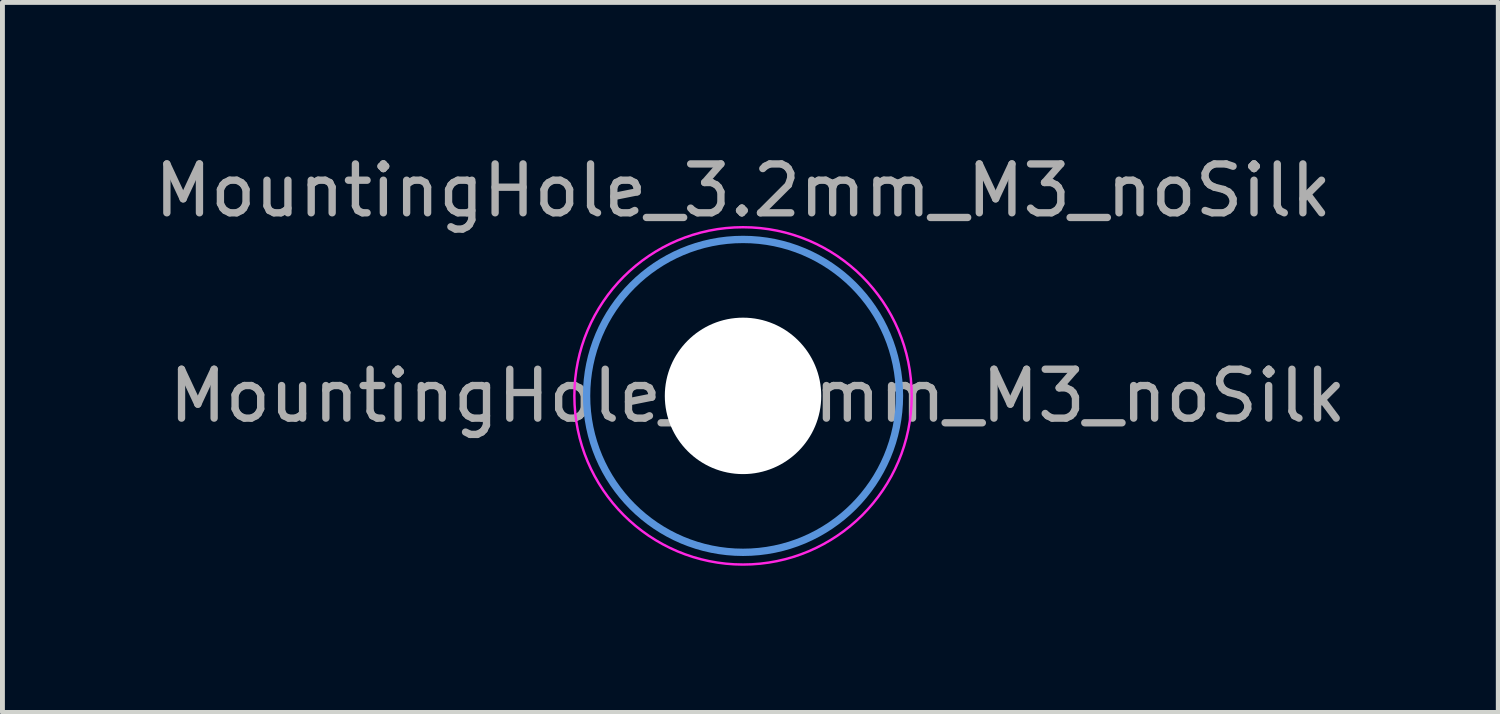
<source format=kicad_pcb>
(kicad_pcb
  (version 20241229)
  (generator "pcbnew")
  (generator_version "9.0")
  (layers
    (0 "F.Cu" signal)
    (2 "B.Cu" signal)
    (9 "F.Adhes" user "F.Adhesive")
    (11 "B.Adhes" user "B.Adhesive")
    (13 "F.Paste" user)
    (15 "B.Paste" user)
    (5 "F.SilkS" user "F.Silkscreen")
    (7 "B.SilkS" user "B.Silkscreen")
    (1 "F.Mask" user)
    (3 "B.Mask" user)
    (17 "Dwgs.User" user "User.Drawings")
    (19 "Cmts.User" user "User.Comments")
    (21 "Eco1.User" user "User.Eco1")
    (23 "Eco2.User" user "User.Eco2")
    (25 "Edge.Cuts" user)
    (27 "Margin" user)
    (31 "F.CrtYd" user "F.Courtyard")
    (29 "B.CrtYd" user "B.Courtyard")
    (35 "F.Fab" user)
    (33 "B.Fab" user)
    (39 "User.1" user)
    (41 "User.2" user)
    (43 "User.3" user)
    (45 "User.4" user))
  (footprint "MountingHole_3.2mm_M3_noSilk"
    (layer "F.Cu")
    (at 12.149 5.048)
    (property "Reference" "MountingHole_3.2mm_M3_noSilk" (at 0 -4.2 0) (layer "F.Fab") (effects (font (size 1 1) (thickness 0.15))))
    (attr exclude_from_pos_files exclude_from_bom)
    (fp_circle (center 0 0) (end 3.2 0) (stroke (width 0.15) (type solid)) (fill no) (layer "Cmts.User"))
    (fp_circle (center 0 0) (end 3.45 0) (stroke (width 0.05) (type solid)) (fill no) (layer "F.CrtYd"))
    (fp_text user "${REFERENCE}" (at 0.3 0 0) (layer "F.Fab") (effects (font (size 1 1) (thickness 0.15))))
    (pad "" np_thru_hole circle (at 0 0) (size 3.2 3.2) (drill 3.2) (layers "*.Cu" "*.Mask")))
  (gr_rect
    (start -3 -3)
    (end 27.598 11.523)
    (stroke (width 0.1) (type default))
    (fill no)
    (layer "Edge.Cuts")))
</source>
